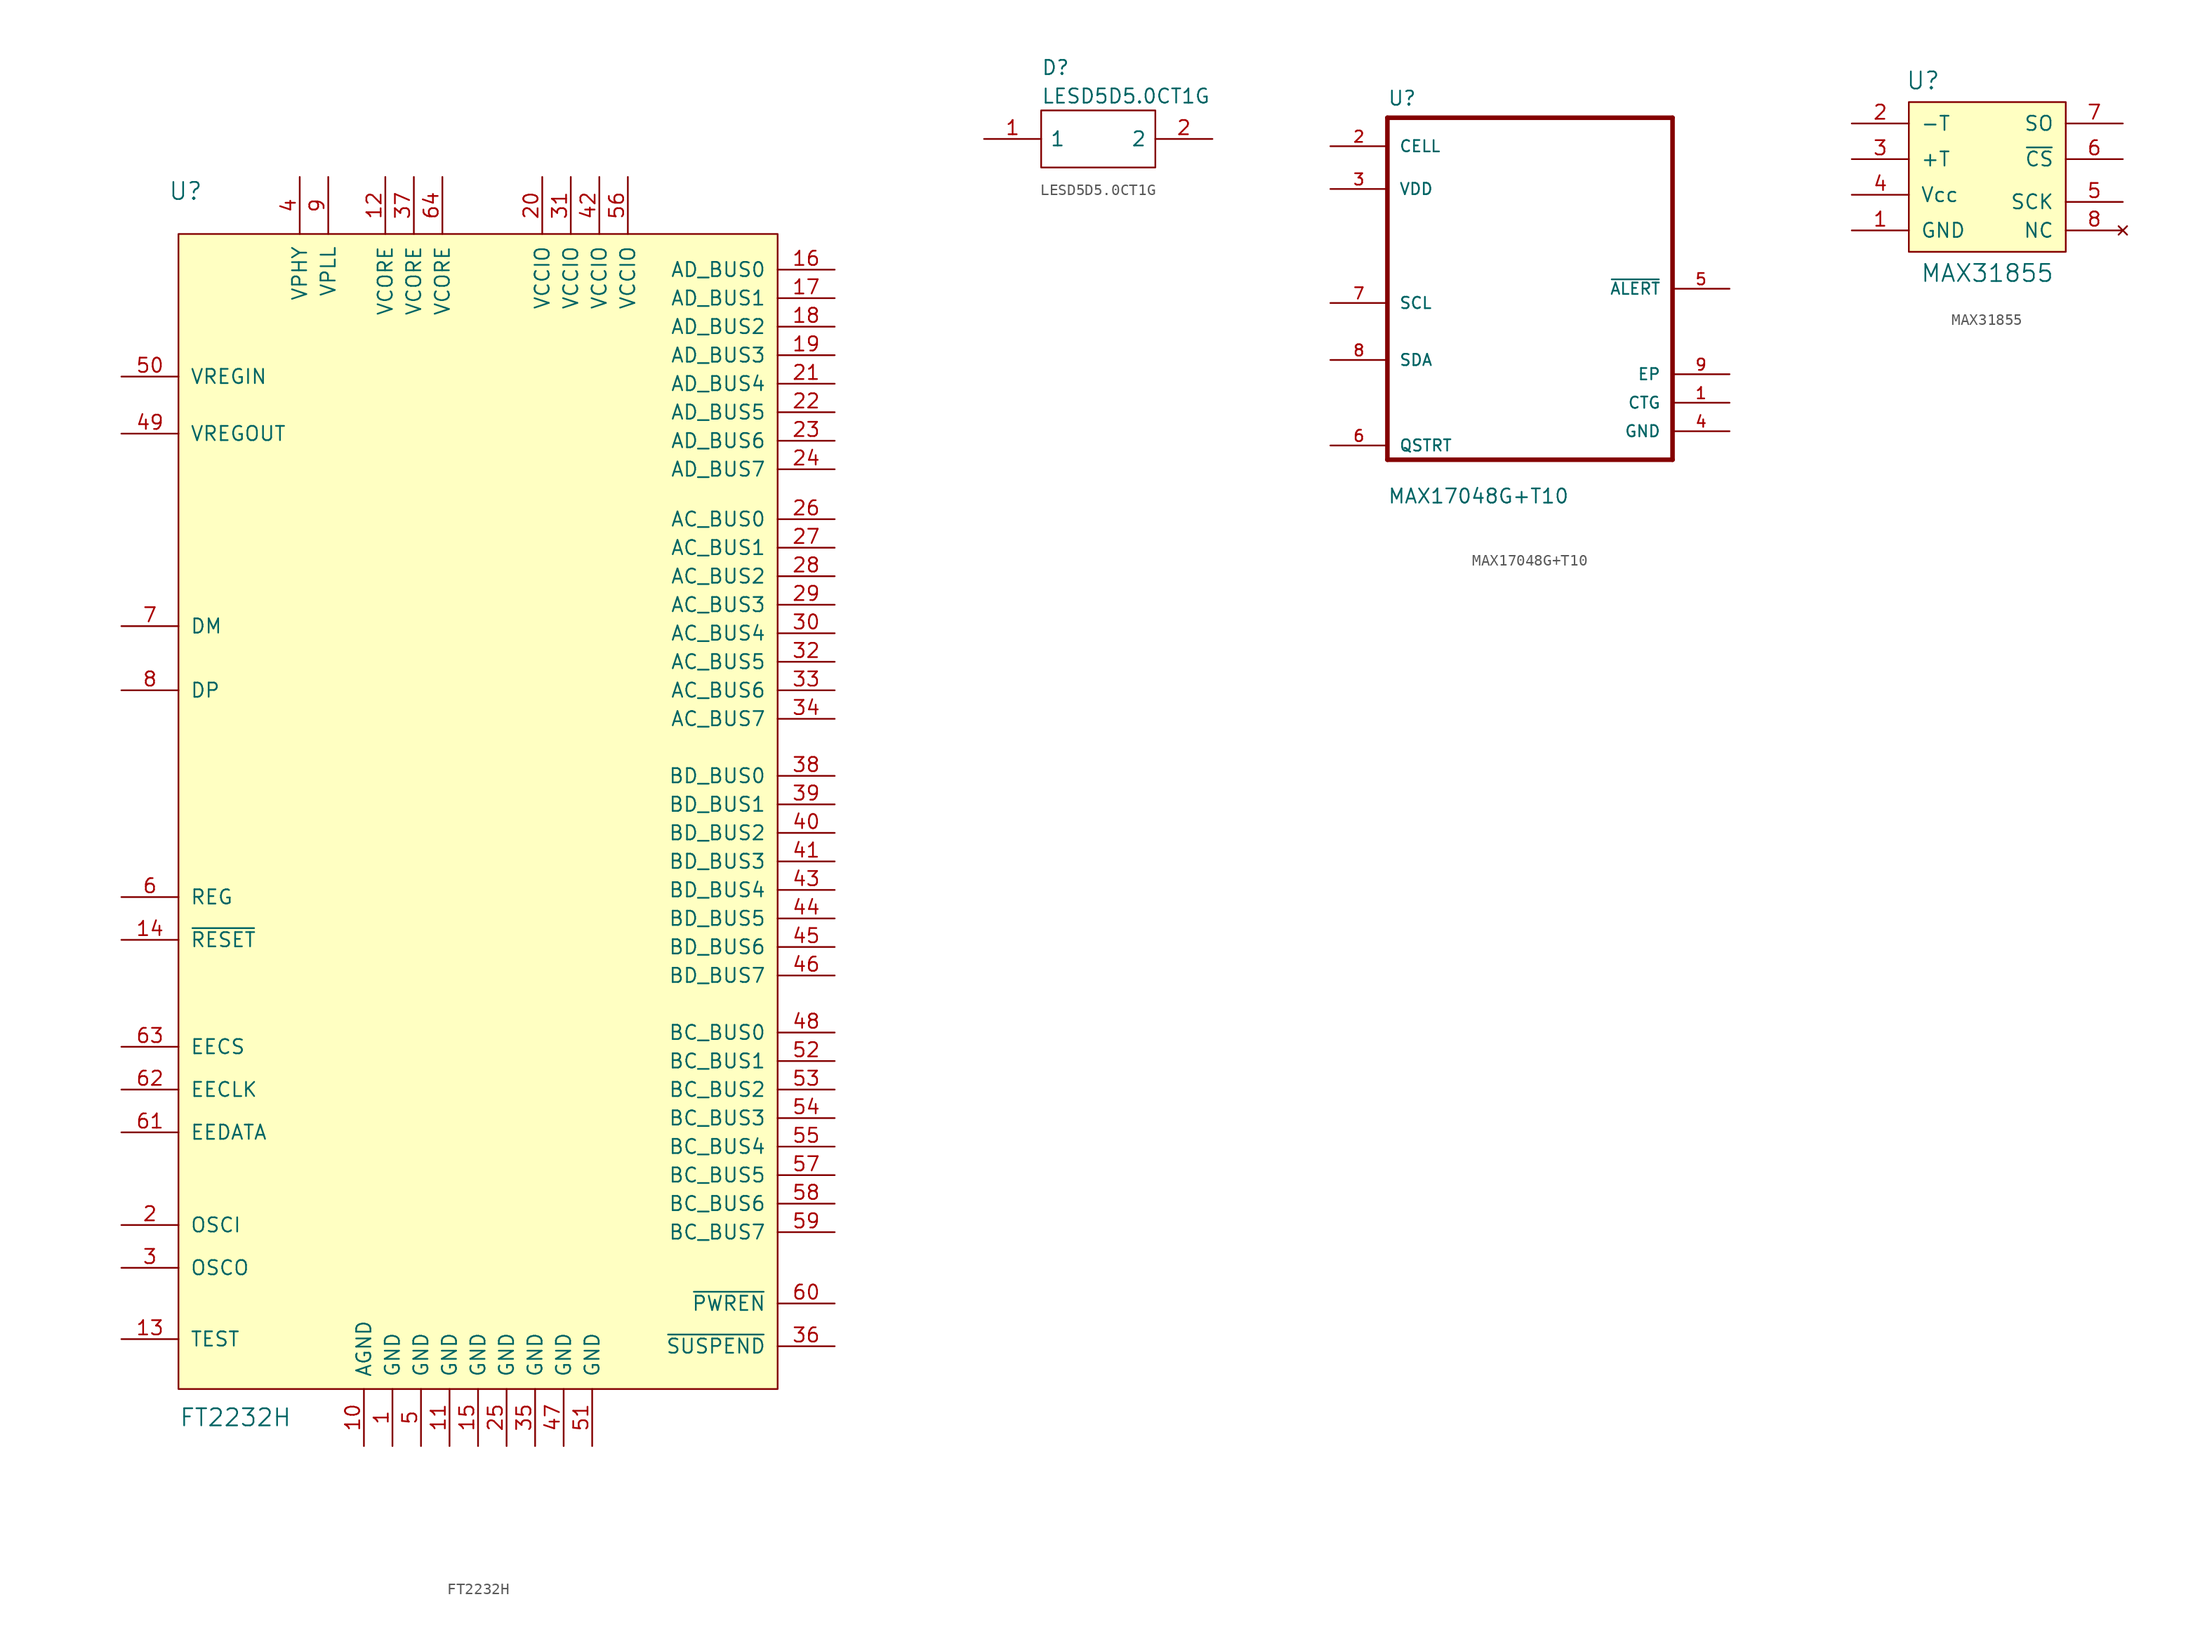
<source format=kicad_sym>
(kicad_symbol_lib
  (version 20220914)
  (generator kicad_symbol_editor)
  (symbol "FT2232H"
    (pin_names
      (offset 1.016))
    (property "Reference" "U"
      (at -16.51 66.675 0)
      (effects (font (size 1.524 1.524))))
    (property "Value" "FT2232H"
      (at -12.065 -42.545 0)
      (effects (font (size 1.524 1.524))))
    (symbol "FT2232H_0_1"
      (rectangle (start -17.145 62.865) (end 36.195 -40.005) (stroke (width 0) (type solid)) (fill (type background))))
    (symbol "FT2232H_1_1"
      (pin passive line (at 1.905 -45.085 90) (length 5.08) (name "GND" (effects (font (size 1.27 1.27)))) (number "1" (effects (font (size 1.27 1.27)))))
      (pin passive line (at -0.635 -45.085 90) (length 5.08) (name "AGND" (effects (font (size 1.27 1.27)))) (number "10" (effects (font (size 1.27 1.27)))))
      (pin passive line (at 6.985 -45.085 90) (length 5.08) (name "GND" (effects (font (size 1.27 1.27)))) (number "11" (effects (font (size 1.27 1.27)))))
      (pin passive line (at 1.27 67.945 270) (length 5.08) (name "VCORE" (effects (font (size 1.27 1.27)))) (number "12" (effects (font (size 1.27 1.27)))))
      (pin passive line (at -22.225 -35.56 0) (length 5.08) (name "TEST" (effects (font (size 1.27 1.27)))) (number "13" (effects (font (size 1.27 1.27)))))
      (pin passive line (at -22.225 0 0) (length 5.08) (name "~{RESET}" (effects (font (size 1.27 1.27)))) (number "14" (effects (font (size 1.27 1.27)))))
      (pin passive line (at 9.525 -45.085 90) (length 5.08) (name "GND" (effects (font (size 1.27 1.27)))) (number "15" (effects (font (size 1.27 1.27)))))
      (pin passive line (at 41.275 59.69 180) (length 5.08) (name "AD_BUS0" (effects (font (size 1.27 1.27)))) (number "16" (effects (font (size 1.27 1.27)))))
      (pin passive line (at 41.275 57.15 180) (length 5.08) (name "AD_BUS1" (effects (font (size 1.27 1.27)))) (number "17" (effects (font (size 1.27 1.27)))))
      (pin passive line (at 41.275 54.61 180) (length 5.08) (name "AD_BUS2" (effects (font (size 1.27 1.27)))) (number "18" (effects (font (size 1.27 1.27)))))
      (pin passive line (at 41.275 52.07 180) (length 5.08) (name "AD_BUS3" (effects (font (size 1.27 1.27)))) (number "19" (effects (font (size 1.27 1.27)))))
      (pin passive line (at -22.225 -25.4 0) (length 5.08) (name "OSCI" (effects (font (size 1.27 1.27)))) (number "2" (effects (font (size 1.27 1.27)))))
      (pin passive line (at 15.24 67.945 270) (length 5.08) (name "VCCIO" (effects (font (size 1.27 1.27)))) (number "20" (effects (font (size 1.27 1.27)))))
      (pin passive line (at 41.275 49.53 180) (length 5.08) (name "AD_BUS4" (effects (font (size 1.27 1.27)))) (number "21" (effects (font (size 1.27 1.27)))))
      (pin passive line (at 41.275 46.99 180) (length 5.08) (name "AD_BUS5" (effects (font (size 1.27 1.27)))) (number "22" (effects (font (size 1.27 1.27)))))
      (pin passive line (at 41.275 44.45 180) (length 5.08) (name "AD_BUS6" (effects (font (size 1.27 1.27)))) (number "23" (effects (font (size 1.27 1.27)))))
      (pin passive line (at 41.275 41.91 180) (length 5.08) (name "AD_BUS7" (effects (font (size 1.27 1.27)))) (number "24" (effects (font (size 1.27 1.27)))))
      (pin passive line (at 12.065 -45.085 90) (length 5.08) (name "GND" (effects (font (size 1.27 1.27)))) (number "25" (effects (font (size 1.27 1.27)))))
      (pin passive line (at 41.275 37.465 180) (length 5.08) (name "AC_BUS0" (effects (font (size 1.27 1.27)))) (number "26" (effects (font (size 1.27 1.27)))))
      (pin passive line (at 41.275 34.925 180) (length 5.08) (name "AC_BUS1" (effects (font (size 1.27 1.27)))) (number "27" (effects (font (size 1.27 1.27)))))
      (pin passive line (at 41.275 32.385 180) (length 5.08) (name "AC_BUS2" (effects (font (size 1.27 1.27)))) (number "28" (effects (font (size 1.27 1.27)))))
      (pin passive line (at 41.275 29.845 180) (length 5.08) (name "AC_BUS3" (effects (font (size 1.27 1.27)))) (number "29" (effects (font (size 1.27 1.27)))))
      (pin passive line (at -22.225 -29.21 0) (length 5.08) (name "OSCO" (effects (font (size 1.27 1.27)))) (number "3" (effects (font (size 1.27 1.27)))))
      (pin passive line (at 41.275 27.305 180) (length 5.08) (name "AC_BUS4" (effects (font (size 1.27 1.27)))) (number "30" (effects (font (size 1.27 1.27)))))
      (pin passive line (at 17.78 67.945 270) (length 5.08) (name "VCCIO" (effects (font (size 1.27 1.27)))) (number "31" (effects (font (size 1.27 1.27)))))
      (pin passive line (at 41.275 24.765 180) (length 5.08) (name "AC_BUS5" (effects (font (size 1.27 1.27)))) (number "32" (effects (font (size 1.27 1.27)))))
      (pin passive line (at 41.275 22.225 180) (length 5.08) (name "AC_BUS6" (effects (font (size 1.27 1.27)))) (number "33" (effects (font (size 1.27 1.27)))))
      (pin passive line (at 41.275 19.685 180) (length 5.08) (name "AC_BUS7" (effects (font (size 1.27 1.27)))) (number "34" (effects (font (size 1.27 1.27)))))
      (pin passive line (at 14.605 -45.085 90) (length 5.08) (name "GND" (effects (font (size 1.27 1.27)))) (number "35" (effects (font (size 1.27 1.27)))))
      (pin passive line (at 41.275 -36.195 180) (length 5.08) (name "~{SUSPEND}" (effects (font (size 1.27 1.27)))) (number "36" (effects (font (size 1.27 1.27)))))
      (pin passive line (at 3.81 67.945 270) (length 5.08) (name "VCORE" (effects (font (size 1.27 1.27)))) (number "37" (effects (font (size 1.27 1.27)))))
      (pin passive line (at 41.275 14.605 180) (length 5.08) (name "BD_BUS0" (effects (font (size 1.27 1.27)))) (number "38" (effects (font (size 1.27 1.27)))))
      (pin passive line (at 41.275 12.065 180) (length 5.08) (name "BD_BUS1" (effects (font (size 1.27 1.27)))) (number "39" (effects (font (size 1.27 1.27)))))
      (pin passive line (at -6.35 67.945 270) (length 5.08) (name "VPHY" (effects (font (size 1.27 1.27)))) (number "4" (effects (font (size 1.27 1.27)))))
      (pin passive line (at 41.275 9.525 180) (length 5.08) (name "BD_BUS2" (effects (font (size 1.27 1.27)))) (number "40" (effects (font (size 1.27 1.27)))))
      (pin passive line (at 41.275 6.985 180) (length 5.08) (name "BD_BUS3" (effects (font (size 1.27 1.27)))) (number "41" (effects (font (size 1.27 1.27)))))
      (pin passive line (at 20.32 67.945 270) (length 5.08) (name "VCCIO" (effects (font (size 1.27 1.27)))) (number "42" (effects (font (size 1.27 1.27)))))
      (pin passive line (at 41.275 4.445 180) (length 5.08) (name "BD_BUS4" (effects (font (size 1.27 1.27)))) (number "43" (effects (font (size 1.27 1.27)))))
      (pin passive line (at 41.275 1.905 180) (length 5.08) (name "BD_BUS5" (effects (font (size 1.27 1.27)))) (number "44" (effects (font (size 1.27 1.27)))))
      (pin passive line (at 41.275 -0.635 180) (length 5.08) (name "BD_BUS6" (effects (font (size 1.27 1.27)))) (number "45" (effects (font (size 1.27 1.27)))))
      (pin passive line (at 41.275 -3.175 180) (length 5.08) (name "BD_BUS7" (effects (font (size 1.27 1.27)))) (number "46" (effects (font (size 1.27 1.27)))))
      (pin passive line (at 17.145 -45.085 90) (length 5.08) (name "GND" (effects (font (size 1.27 1.27)))) (number "47" (effects (font (size 1.27 1.27)))))
      (pin passive line (at 41.275 -8.255 180) (length 5.08) (name "BC_BUS0" (effects (font (size 1.27 1.27)))) (number "48" (effects (font (size 1.27 1.27)))))
      (pin power_in line (at -22.225 45.085 0) (length 5.08) (name "VREGOUT" (effects (font (size 1.27 1.27)))) (number "49" (effects (font (size 1.27 1.27)))))
      (pin passive line (at 4.445 -45.085 90) (length 5.08) (name "GND" (effects (font (size 1.27 1.27)))) (number "5" (effects (font (size 1.27 1.27)))))
      (pin power_in line (at -22.225 50.165 0) (length 5.08) (name "VREGIN" (effects (font (size 1.27 1.27)))) (number "50" (effects (font (size 1.27 1.27)))))
      (pin passive line (at 19.685 -45.085 90) (length 5.08) (name "GND" (effects (font (size 1.27 1.27)))) (number "51" (effects (font (size 1.27 1.27)))))
      (pin passive line (at 41.275 -10.795 180) (length 5.08) (name "BC_BUS1" (effects (font (size 1.27 1.27)))) (number "52" (effects (font (size 1.27 1.27)))))
      (pin passive line (at 41.275 -13.335 180) (length 5.08) (name "BC_BUS2" (effects (font (size 1.27 1.27)))) (number "53" (effects (font (size 1.27 1.27)))))
      (pin passive line (at 41.275 -15.875 180) (length 5.08) (name "BC_BUS3" (effects (font (size 1.27 1.27)))) (number "54" (effects (font (size 1.27 1.27)))))
      (pin passive line (at 41.275 -18.415 180) (length 5.08) (name "BC_BUS4" (effects (font (size 1.27 1.27)))) (number "55" (effects (font (size 1.27 1.27)))))
      (pin passive line (at 22.86 67.945 270) (length 5.08) (name "VCCIO" (effects (font (size 1.27 1.27)))) (number "56" (effects (font (size 1.27 1.27)))))
      (pin passive line (at 41.275 -20.955 180) (length 5.08) (name "BC_BUS5" (effects (font (size 1.27 1.27)))) (number "57" (effects (font (size 1.27 1.27)))))
      (pin passive line (at 41.275 -23.495 180) (length 5.08) (name "BC_BUS6" (effects (font (size 1.27 1.27)))) (number "58" (effects (font (size 1.27 1.27)))))
      (pin passive line (at 41.275 -26.035 180) (length 5.08) (name "BC_BUS7" (effects (font (size 1.27 1.27)))) (number "59" (effects (font (size 1.27 1.27)))))
      (pin passive line (at -22.225 3.81 0) (length 5.08) (name "REG" (effects (font (size 1.27 1.27)))) (number "6" (effects (font (size 1.27 1.27)))))
      (pin passive line (at 41.275 -32.385 180) (length 5.08) (name "~{PWREN}" (effects (font (size 1.27 1.27)))) (number "60" (effects (font (size 1.27 1.27)))))
      (pin passive line (at -22.225 -17.145 0) (length 5.08) (name "EEDATA" (effects (font (size 1.27 1.27)))) (number "61" (effects (font (size 1.27 1.27)))))
      (pin passive line (at -22.225 -13.335 0) (length 5.08) (name "EECLK" (effects (font (size 1.27 1.27)))) (number "62" (effects (font (size 1.27 1.27)))))
      (pin passive line (at -22.225 -9.525 0) (length 5.08) (name "EECS" (effects (font (size 1.27 1.27)))) (number "63" (effects (font (size 1.27 1.27)))))
      (pin passive line (at 6.35 67.945 270) (length 5.08) (name "VCORE" (effects (font (size 1.27 1.27)))) (number "64" (effects (font (size 1.27 1.27)))))
      (pin passive line (at -22.225 27.94 0) (length 5.08) (name "DM" (effects (font (size 1.27 1.27)))) (number "7" (effects (font (size 1.27 1.27)))))
      (pin passive line (at -22.225 22.225 0) (length 5.08) (name "DP" (effects (font (size 1.27 1.27)))) (number "8" (effects (font (size 1.27 1.27)))))
      (pin passive line (at -3.81 67.945 270) (length 5.08) (name "VPLL" (effects (font (size 1.27 1.27)))) (number "9" (effects (font (size 1.27 1.27)))))))
  (symbol "LESD5D5.0CT1G"
    (pin_names
      (offset 0.762))
    (property "Reference" "D"
      (at 5.08 6.35 0)
      (effects (font (size 1.27 1.27)) (justify left)))
    (property "Value" "LESD5D5.0CT1G"
      (at 5.08 3.81 0)
      (effects (font (size 1.27 1.27)) (justify left)))
    (symbol "LESD5D5.0CT1G_0_0"
      (pin bidirectional line (at 0 0 0) (length 5.08) (name "1" (effects (font (size 1.27 1.27)))) (number "1" (effects (font (size 1.27 1.27)))))
      (pin bidirectional line (at 20.32 0 180) (length 5.08) (name "2" (effects (font (size 1.27 1.27)))) (number "2" (effects (font (size 1.27 1.27))))))
    (symbol "LESD5D5.0CT1G_0_1"
      (polyline (pts (xy 5.08 2.54) (xy 15.24 2.54) (xy 15.24 -2.54) (xy 5.08 -2.54) (xy 5.08 2.54)) (stroke (width 0.152) (type solid)) (fill (type none)))))
  (symbol "MAX17048G+T10"
    (pin_names
      (offset 1.016))
    (property "Reference" "U"
      (at -12.7 16.231 0)
      (effects (font (size 1.27 1.27)) (justify left bottom)))
    (property "Value" "MAX17048G+T10"
      (at -12.7 -19.228 0)
      (effects (font (size 1.27 1.27)) (justify left bottom)))
    (property "ki_locked" ""
      (at 0 0 0)
      (effects (font (size 1.27 1.27))))
    (symbol "MAX17048G+T10_0_0"
      (polyline (pts (xy -12.7 -15.24) (xy -12.7 15.24)) (stroke (width 0.406) (type solid)) (fill (type none)))
      (polyline (pts (xy -12.7 15.24) (xy 12.7 15.24)) (stroke (width 0.406) (type solid)) (fill (type none)))
      (polyline (pts (xy 12.7 -15.24) (xy -12.7 -15.24)) (stroke (width 0.406) (type solid)) (fill (type none)))
      (polyline (pts (xy 12.7 15.24) (xy 12.7 -15.24)) (stroke (width 0.406) (type solid)) (fill (type none)))
      (pin passive line (at 17.78 -10.16 180) (length 5.08) (name "CTG" (effects (font (size 1.016 1.016)))) (number "1" (effects (font (size 1.016 1.016)))))
      (pin input line (at -17.78 12.7 0) (length 5.08) (name "CELL" (effects (font (size 1.016 1.016)))) (number "2" (effects (font (size 1.016 1.016)))))
      (pin input line (at -17.78 8.89 0) (length 5.08) (name "VDD" (effects (font (size 1.016 1.016)))) (number "3" (effects (font (size 1.016 1.016)))))
      (pin passive line (at 17.78 -12.7 180) (length 5.08) (name "GND" (effects (font (size 1.016 1.016)))) (number "4" (effects (font (size 1.016 1.016)))))
      (pin output line (at 17.78 0 180) (length 5.08) (name "~{ALERT}" (effects (font (size 1.016 1.016)))) (number "5" (effects (font (size 1.016 1.016)))))
      (pin input line (at -17.78 -13.97 0) (length 5.08) (name "QSTRT" (effects (font (size 1.016 1.016)))) (number "6" (effects (font (size 1.016 1.016)))))
      (pin input line (at -17.78 -1.27 0) (length 5.08) (name "SCL" (effects (font (size 1.016 1.016)))) (number "7" (effects (font (size 1.016 1.016)))))
      (pin bidirectional line (at -17.78 -6.35 0) (length 5.08) (name "SDA" (effects (font (size 1.016 1.016)))) (number "8" (effects (font (size 1.016 1.016)))))
      (pin passive line (at 17.78 -7.62 180) (length 5.08) (name "EP" (effects (font (size 1.016 1.016)))) (number "9" (effects (font (size 1.016 1.016)))))))
  (symbol "MAX31855"
    (pin_names
      (offset 1.016))
    (property "Reference" "U"
      (at -5.715 8.89 0)
      (effects (font (size 1.524 1.524))))
    (property "Value" "MAX31855"
      (at 0 -8.255 0)
      (effects (font (size 1.524 1.524))))
    (property "Footprint" ""
      (at -4.445 -5.715 0)
      (effects (font (size 1.524 1.524))))
    (property "Datasheet" ""
      (at -4.445 -5.715 0)
      (effects (font (size 1.524 1.524))))
    (symbol "MAX31855_0_1"
      (rectangle (start -6.985 6.985) (end 6.985 -6.35) (stroke (width 0) (type solid)) (fill (type background))))
    (symbol "MAX31855_1_1"
      (pin input line (at -12.065 -4.445 0) (length 5.08) (name "GND" (effects (font (size 1.27 1.27)))) (number "1" (effects (font (size 1.27 1.27)))))
      (pin input line (at -12.065 5.08 0) (length 5.08) (name "-T" (effects (font (size 1.27 1.27)))) (number "2" (effects (font (size 1.27 1.27)))))
      (pin input line (at -12.065 1.905 0) (length 5.08) (name "+T" (effects (font (size 1.27 1.27)))) (number "3" (effects (font (size 1.27 1.27)))))
      (pin input line (at -12.065 -1.27 0) (length 5.08) (name "Vcc" (effects (font (size 1.27 1.27)))) (number "4" (effects (font (size 1.27 1.27)))))
      (pin input line (at 12.065 -1.905 180) (length 5.08) (name "SCK" (effects (font (size 1.27 1.27)))) (number "5" (effects (font (size 1.27 1.27)))))
      (pin input line (at 12.065 1.905 180) (length 5.08) (name "~{CS}" (effects (font (size 1.27 1.27)))) (number "6" (effects (font (size 1.27 1.27)))))
      (pin input line (at 12.065 5.08 180) (length 5.08) (name "SO" (effects (font (size 1.27 1.27)))) (number "7" (effects (font (size 1.27 1.27)))))
      (pin no_connect line (at 12.065 -4.445 180) (length 5.08) (name "NC" (effects (font (size 1.27 1.27)))) (number "8" (effects (font (size 1.27 1.27))))))))
</source>
